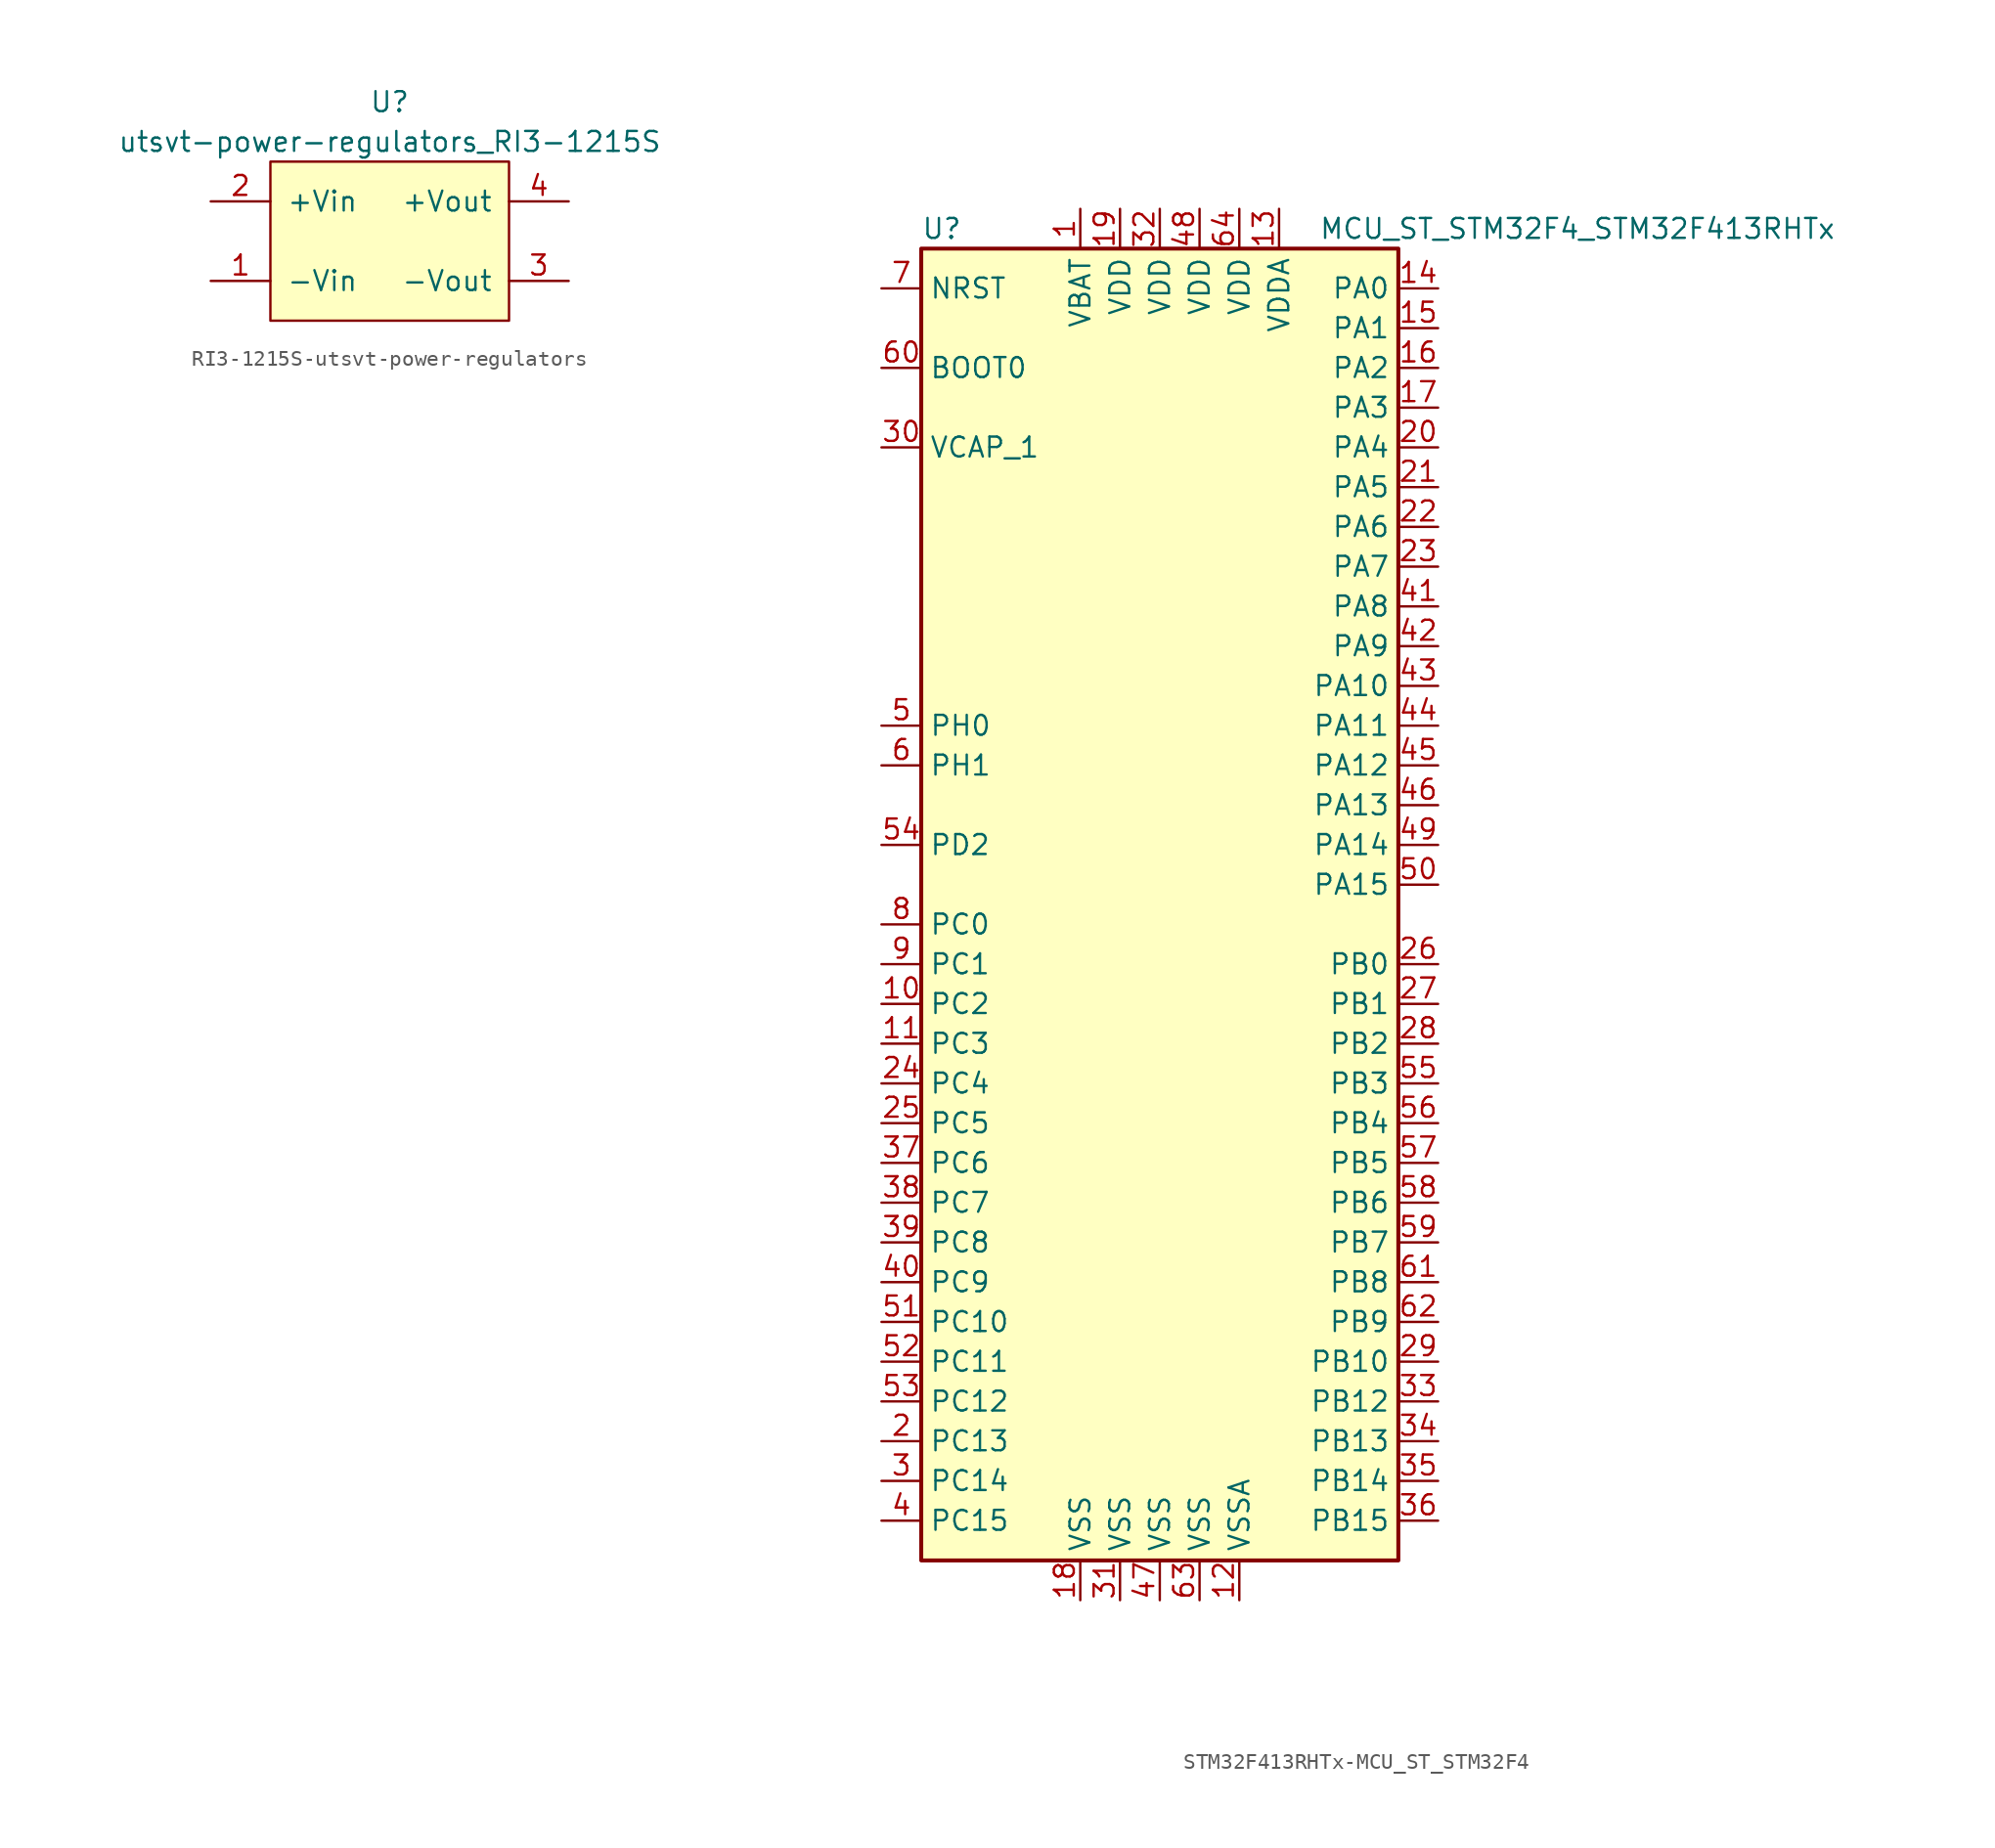
<source format=kicad_sym>
(kicad_symbol_lib
  (version 20220914)
  (generator kicad_symbol_editor)
  (symbol "RI3-1215S-utsvt-power-regulators"
    (pin_names
      (offset 1.016))
    (property "Reference" "U"
      (at 0 2.54 0)
      (effects (font (size 1.27 1.27))))
    (property "Value" "utsvt-power-regulators_RI3-1215S"
      (at 0 0 0)
      (effects (font (size 1.27 1.27))))
    (symbol "RI3-1215S-utsvt-power-regulators_1_1"
      (rectangle (start -7.62 -1.27) (end 7.62 -11.43) (stroke (width 0) (type solid)) (fill (type background)))
      (pin input line (at -11.43 -8.89 0) (length 3.81) (name "-Vin" (effects (font (size 1.27 1.27)))) (number "1" (effects (font (size 1.27 1.27)))))
      (pin power_in line (at -11.43 -3.81 0) (length 3.81) (name "+Vin" (effects (font (size 1.27 1.27)))) (number "2" (effects (font (size 1.27 1.27)))))
      (pin power_out line (at 11.43 -8.89 180) (length 3.81) (name "-Vout" (effects (font (size 1.27 1.27)))) (number "3" (effects (font (size 1.27 1.27)))))
      (pin power_out line (at 11.43 -3.81 180) (length 3.81) (name "+Vout" (effects (font (size 1.27 1.27)))) (number "4" (effects (font (size 1.27 1.27)))))))
  (symbol "STM32F413RHTx-MCU_ST_STM32F4"
    (property "Reference" "U"
      (at -15.24 41.91 0)
      (effects (font (size 1.27 1.27)) (justify left)))
    (property "Value" "MCU_ST_STM32F4_STM32F413RHTx"
      (at 10.16 41.91 0)
      (effects (font (size 1.27 1.27)) (justify left)))
    (symbol "STM32F413RHTx-MCU_ST_STM32F4_0_1"
      (rectangle (start -15.24 -43.18) (end 15.24 40.64) (stroke (width 0.254) (type solid)) (fill (type background))))
    (symbol "STM32F413RHTx-MCU_ST_STM32F4_1_1"
      (pin power_in line (at -5.08 43.18 270) (length 2.54) (name "VBAT" (effects (font (size 1.27 1.27)))) (number "1" (effects (font (size 1.27 1.27)))))
      (pin bidirectional line (at -17.78 -7.62 0) (length 2.54) (name "PC2" (effects (font (size 1.27 1.27)))) (number "10" (effects (font (size 1.27 1.27)))))
      (pin bidirectional line (at -17.78 -10.16 0) (length 2.54) (name "PC3" (effects (font (size 1.27 1.27)))) (number "11" (effects (font (size 1.27 1.27)))))
      (pin power_in line (at 5.08 -45.72 90) (length 2.54) (name "VSSA" (effects (font (size 1.27 1.27)))) (number "12" (effects (font (size 1.27 1.27)))))
      (pin power_in line (at 7.62 43.18 270) (length 2.54) (name "VDDA" (effects (font (size 1.27 1.27)))) (number "13" (effects (font (size 1.27 1.27)))))
      (pin bidirectional line (at 17.78 38.1 180) (length 2.54) (name "PA0" (effects (font (size 1.27 1.27)))) (number "14" (effects (font (size 1.27 1.27)))))
      (pin bidirectional line (at 17.78 35.56 180) (length 2.54) (name "PA1" (effects (font (size 1.27 1.27)))) (number "15" (effects (font (size 1.27 1.27)))))
      (pin bidirectional line (at 17.78 33.02 180) (length 2.54) (name "PA2" (effects (font (size 1.27 1.27)))) (number "16" (effects (font (size 1.27 1.27)))))
      (pin bidirectional line (at 17.78 30.48 180) (length 2.54) (name "PA3" (effects (font (size 1.27 1.27)))) (number "17" (effects (font (size 1.27 1.27)))))
      (pin power_in line (at -5.08 -45.72 90) (length 2.54) (name "VSS" (effects (font (size 1.27 1.27)))) (number "18" (effects (font (size 1.27 1.27)))))
      (pin power_in line (at -2.54 43.18 270) (length 2.54) (name "VDD" (effects (font (size 1.27 1.27)))) (number "19" (effects (font (size 1.27 1.27)))))
      (pin bidirectional line (at -17.78 -35.56 0) (length 2.54) (name "PC13" (effects (font (size 1.27 1.27)))) (number "2" (effects (font (size 1.27 1.27)))))
      (pin bidirectional line (at 17.78 27.94 180) (length 2.54) (name "PA4" (effects (font (size 1.27 1.27)))) (number "20" (effects (font (size 1.27 1.27)))))
      (pin bidirectional line (at 17.78 25.4 180) (length 2.54) (name "PA5" (effects (font (size 1.27 1.27)))) (number "21" (effects (font (size 1.27 1.27)))))
      (pin bidirectional line (at 17.78 22.86 180) (length 2.54) (name "PA6" (effects (font (size 1.27 1.27)))) (number "22" (effects (font (size 1.27 1.27)))))
      (pin bidirectional line (at 17.78 20.32 180) (length 2.54) (name "PA7" (effects (font (size 1.27 1.27)))) (number "23" (effects (font (size 1.27 1.27)))))
      (pin bidirectional line (at -17.78 -12.7 0) (length 2.54) (name "PC4" (effects (font (size 1.27 1.27)))) (number "24" (effects (font (size 1.27 1.27)))))
      (pin bidirectional line (at -17.78 -15.24 0) (length 2.54) (name "PC5" (effects (font (size 1.27 1.27)))) (number "25" (effects (font (size 1.27 1.27)))))
      (pin bidirectional line (at 17.78 -5.08 180) (length 2.54) (name "PB0" (effects (font (size 1.27 1.27)))) (number "26" (effects (font (size 1.27 1.27)))))
      (pin bidirectional line (at 17.78 -7.62 180) (length 2.54) (name "PB1" (effects (font (size 1.27 1.27)))) (number "27" (effects (font (size 1.27 1.27)))))
      (pin bidirectional line (at 17.78 -10.16 180) (length 2.54) (name "PB2" (effects (font (size 1.27 1.27)))) (number "28" (effects (font (size 1.27 1.27)))))
      (pin bidirectional line (at 17.78 -30.48 180) (length 2.54) (name "PB10" (effects (font (size 1.27 1.27)))) (number "29" (effects (font (size 1.27 1.27)))))
      (pin bidirectional line (at -17.78 -38.1 0) (length 2.54) (name "PC14" (effects (font (size 1.27 1.27)))) (number "3" (effects (font (size 1.27 1.27)))))
      (pin power_in line (at -17.78 27.94 0) (length 2.54) (name "VCAP_1" (effects (font (size 1.27 1.27)))) (number "30" (effects (font (size 1.27 1.27)))))
      (pin power_in line (at -2.54 -45.72 90) (length 2.54) (name "VSS" (effects (font (size 1.27 1.27)))) (number "31" (effects (font (size 1.27 1.27)))))
      (pin power_in line (at 0 43.18 270) (length 2.54) (name "VDD" (effects (font (size 1.27 1.27)))) (number "32" (effects (font (size 1.27 1.27)))))
      (pin bidirectional line (at 17.78 -33.02 180) (length 2.54) (name "PB12" (effects (font (size 1.27 1.27)))) (number "33" (effects (font (size 1.27 1.27)))))
      (pin bidirectional line (at 17.78 -35.56 180) (length 2.54) (name "PB13" (effects (font (size 1.27 1.27)))) (number "34" (effects (font (size 1.27 1.27)))))
      (pin bidirectional line (at 17.78 -38.1 180) (length 2.54) (name "PB14" (effects (font (size 1.27 1.27)))) (number "35" (effects (font (size 1.27 1.27)))))
      (pin bidirectional line (at 17.78 -40.64 180) (length 2.54) (name "PB15" (effects (font (size 1.27 1.27)))) (number "36" (effects (font (size 1.27 1.27)))))
      (pin bidirectional line (at -17.78 -17.78 0) (length 2.54) (name "PC6" (effects (font (size 1.27 1.27)))) (number "37" (effects (font (size 1.27 1.27)))))
      (pin bidirectional line (at -17.78 -20.32 0) (length 2.54) (name "PC7" (effects (font (size 1.27 1.27)))) (number "38" (effects (font (size 1.27 1.27)))))
      (pin bidirectional line (at -17.78 -22.86 0) (length 2.54) (name "PC8" (effects (font (size 1.27 1.27)))) (number "39" (effects (font (size 1.27 1.27)))))
      (pin bidirectional line (at -17.78 -40.64 0) (length 2.54) (name "PC15" (effects (font (size 1.27 1.27)))) (number "4" (effects (font (size 1.27 1.27)))))
      (pin bidirectional line (at -17.78 -25.4 0) (length 2.54) (name "PC9" (effects (font (size 1.27 1.27)))) (number "40" (effects (font (size 1.27 1.27)))))
      (pin bidirectional line (at 17.78 17.78 180) (length 2.54) (name "PA8" (effects (font (size 1.27 1.27)))) (number "41" (effects (font (size 1.27 1.27)))))
      (pin bidirectional line (at 17.78 15.24 180) (length 2.54) (name "PA9" (effects (font (size 1.27 1.27)))) (number "42" (effects (font (size 1.27 1.27)))))
      (pin bidirectional line (at 17.78 12.7 180) (length 2.54) (name "PA10" (effects (font (size 1.27 1.27)))) (number "43" (effects (font (size 1.27 1.27)))))
      (pin bidirectional line (at 17.78 10.16 180) (length 2.54) (name "PA11" (effects (font (size 1.27 1.27)))) (number "44" (effects (font (size 1.27 1.27)))))
      (pin bidirectional line (at 17.78 7.62 180) (length 2.54) (name "PA12" (effects (font (size 1.27 1.27)))) (number "45" (effects (font (size 1.27 1.27)))))
      (pin bidirectional line (at 17.78 5.08 180) (length 2.54) (name "PA13" (effects (font (size 1.27 1.27)))) (number "46" (effects (font (size 1.27 1.27)))))
      (pin power_in line (at 0 -45.72 90) (length 2.54) (name "VSS" (effects (font (size 1.27 1.27)))) (number "47" (effects (font (size 1.27 1.27)))))
      (pin power_in line (at 2.54 43.18 270) (length 2.54) (name "VDD" (effects (font (size 1.27 1.27)))) (number "48" (effects (font (size 1.27 1.27)))))
      (pin bidirectional line (at 17.78 2.54 180) (length 2.54) (name "PA14" (effects (font (size 1.27 1.27)))) (number "49" (effects (font (size 1.27 1.27)))))
      (pin input line (at -17.78 10.16 0) (length 2.54) (name "PH0" (effects (font (size 1.27 1.27)))) (number "5" (effects (font (size 1.27 1.27)))))
      (pin bidirectional line (at 17.78 0 180) (length 2.54) (name "PA15" (effects (font (size 1.27 1.27)))) (number "50" (effects (font (size 1.27 1.27)))))
      (pin bidirectional line (at -17.78 -27.94 0) (length 2.54) (name "PC10" (effects (font (size 1.27 1.27)))) (number "51" (effects (font (size 1.27 1.27)))))
      (pin bidirectional line (at -17.78 -30.48 0) (length 2.54) (name "PC11" (effects (font (size 1.27 1.27)))) (number "52" (effects (font (size 1.27 1.27)))))
      (pin bidirectional line (at -17.78 -33.02 0) (length 2.54) (name "PC12" (effects (font (size 1.27 1.27)))) (number "53" (effects (font (size 1.27 1.27)))))
      (pin bidirectional line (at -17.78 2.54 0) (length 2.54) (name "PD2" (effects (font (size 1.27 1.27)))) (number "54" (effects (font (size 1.27 1.27)))))
      (pin bidirectional line (at 17.78 -12.7 180) (length 2.54) (name "PB3" (effects (font (size 1.27 1.27)))) (number "55" (effects (font (size 1.27 1.27)))))
      (pin bidirectional line (at 17.78 -15.24 180) (length 2.54) (name "PB4" (effects (font (size 1.27 1.27)))) (number "56" (effects (font (size 1.27 1.27)))))
      (pin bidirectional line (at 17.78 -17.78 180) (length 2.54) (name "PB5" (effects (font (size 1.27 1.27)))) (number "57" (effects (font (size 1.27 1.27)))))
      (pin bidirectional line (at 17.78 -20.32 180) (length 2.54) (name "PB6" (effects (font (size 1.27 1.27)))) (number "58" (effects (font (size 1.27 1.27)))))
      (pin bidirectional line (at 17.78 -22.86 180) (length 2.54) (name "PB7" (effects (font (size 1.27 1.27)))) (number "59" (effects (font (size 1.27 1.27)))))
      (pin input line (at -17.78 7.62 0) (length 2.54) (name "PH1" (effects (font (size 1.27 1.27)))) (number "6" (effects (font (size 1.27 1.27)))))
      (pin input line (at -17.78 33.02 0) (length 2.54) (name "BOOT0" (effects (font (size 1.27 1.27)))) (number "60" (effects (font (size 1.27 1.27)))))
      (pin bidirectional line (at 17.78 -25.4 180) (length 2.54) (name "PB8" (effects (font (size 1.27 1.27)))) (number "61" (effects (font (size 1.27 1.27)))))
      (pin bidirectional line (at 17.78 -27.94 180) (length 2.54) (name "PB9" (effects (font (size 1.27 1.27)))) (number "62" (effects (font (size 1.27 1.27)))))
      (pin power_in line (at 2.54 -45.72 90) (length 2.54) (name "VSS" (effects (font (size 1.27 1.27)))) (number "63" (effects (font (size 1.27 1.27)))))
      (pin power_in line (at 5.08 43.18 270) (length 2.54) (name "VDD" (effects (font (size 1.27 1.27)))) (number "64" (effects (font (size 1.27 1.27)))))
      (pin input line (at -17.78 38.1 0) (length 2.54) (name "NRST" (effects (font (size 1.27 1.27)))) (number "7" (effects (font (size 1.27 1.27)))))
      (pin bidirectional line (at -17.78 -2.54 0) (length 2.54) (name "PC0" (effects (font (size 1.27 1.27)))) (number "8" (effects (font (size 1.27 1.27)))))
      (pin bidirectional line (at -17.78 -5.08 0) (length 2.54) (name "PC1" (effects (font (size 1.27 1.27)))) (number "9" (effects (font (size 1.27 1.27))))))))
</source>
